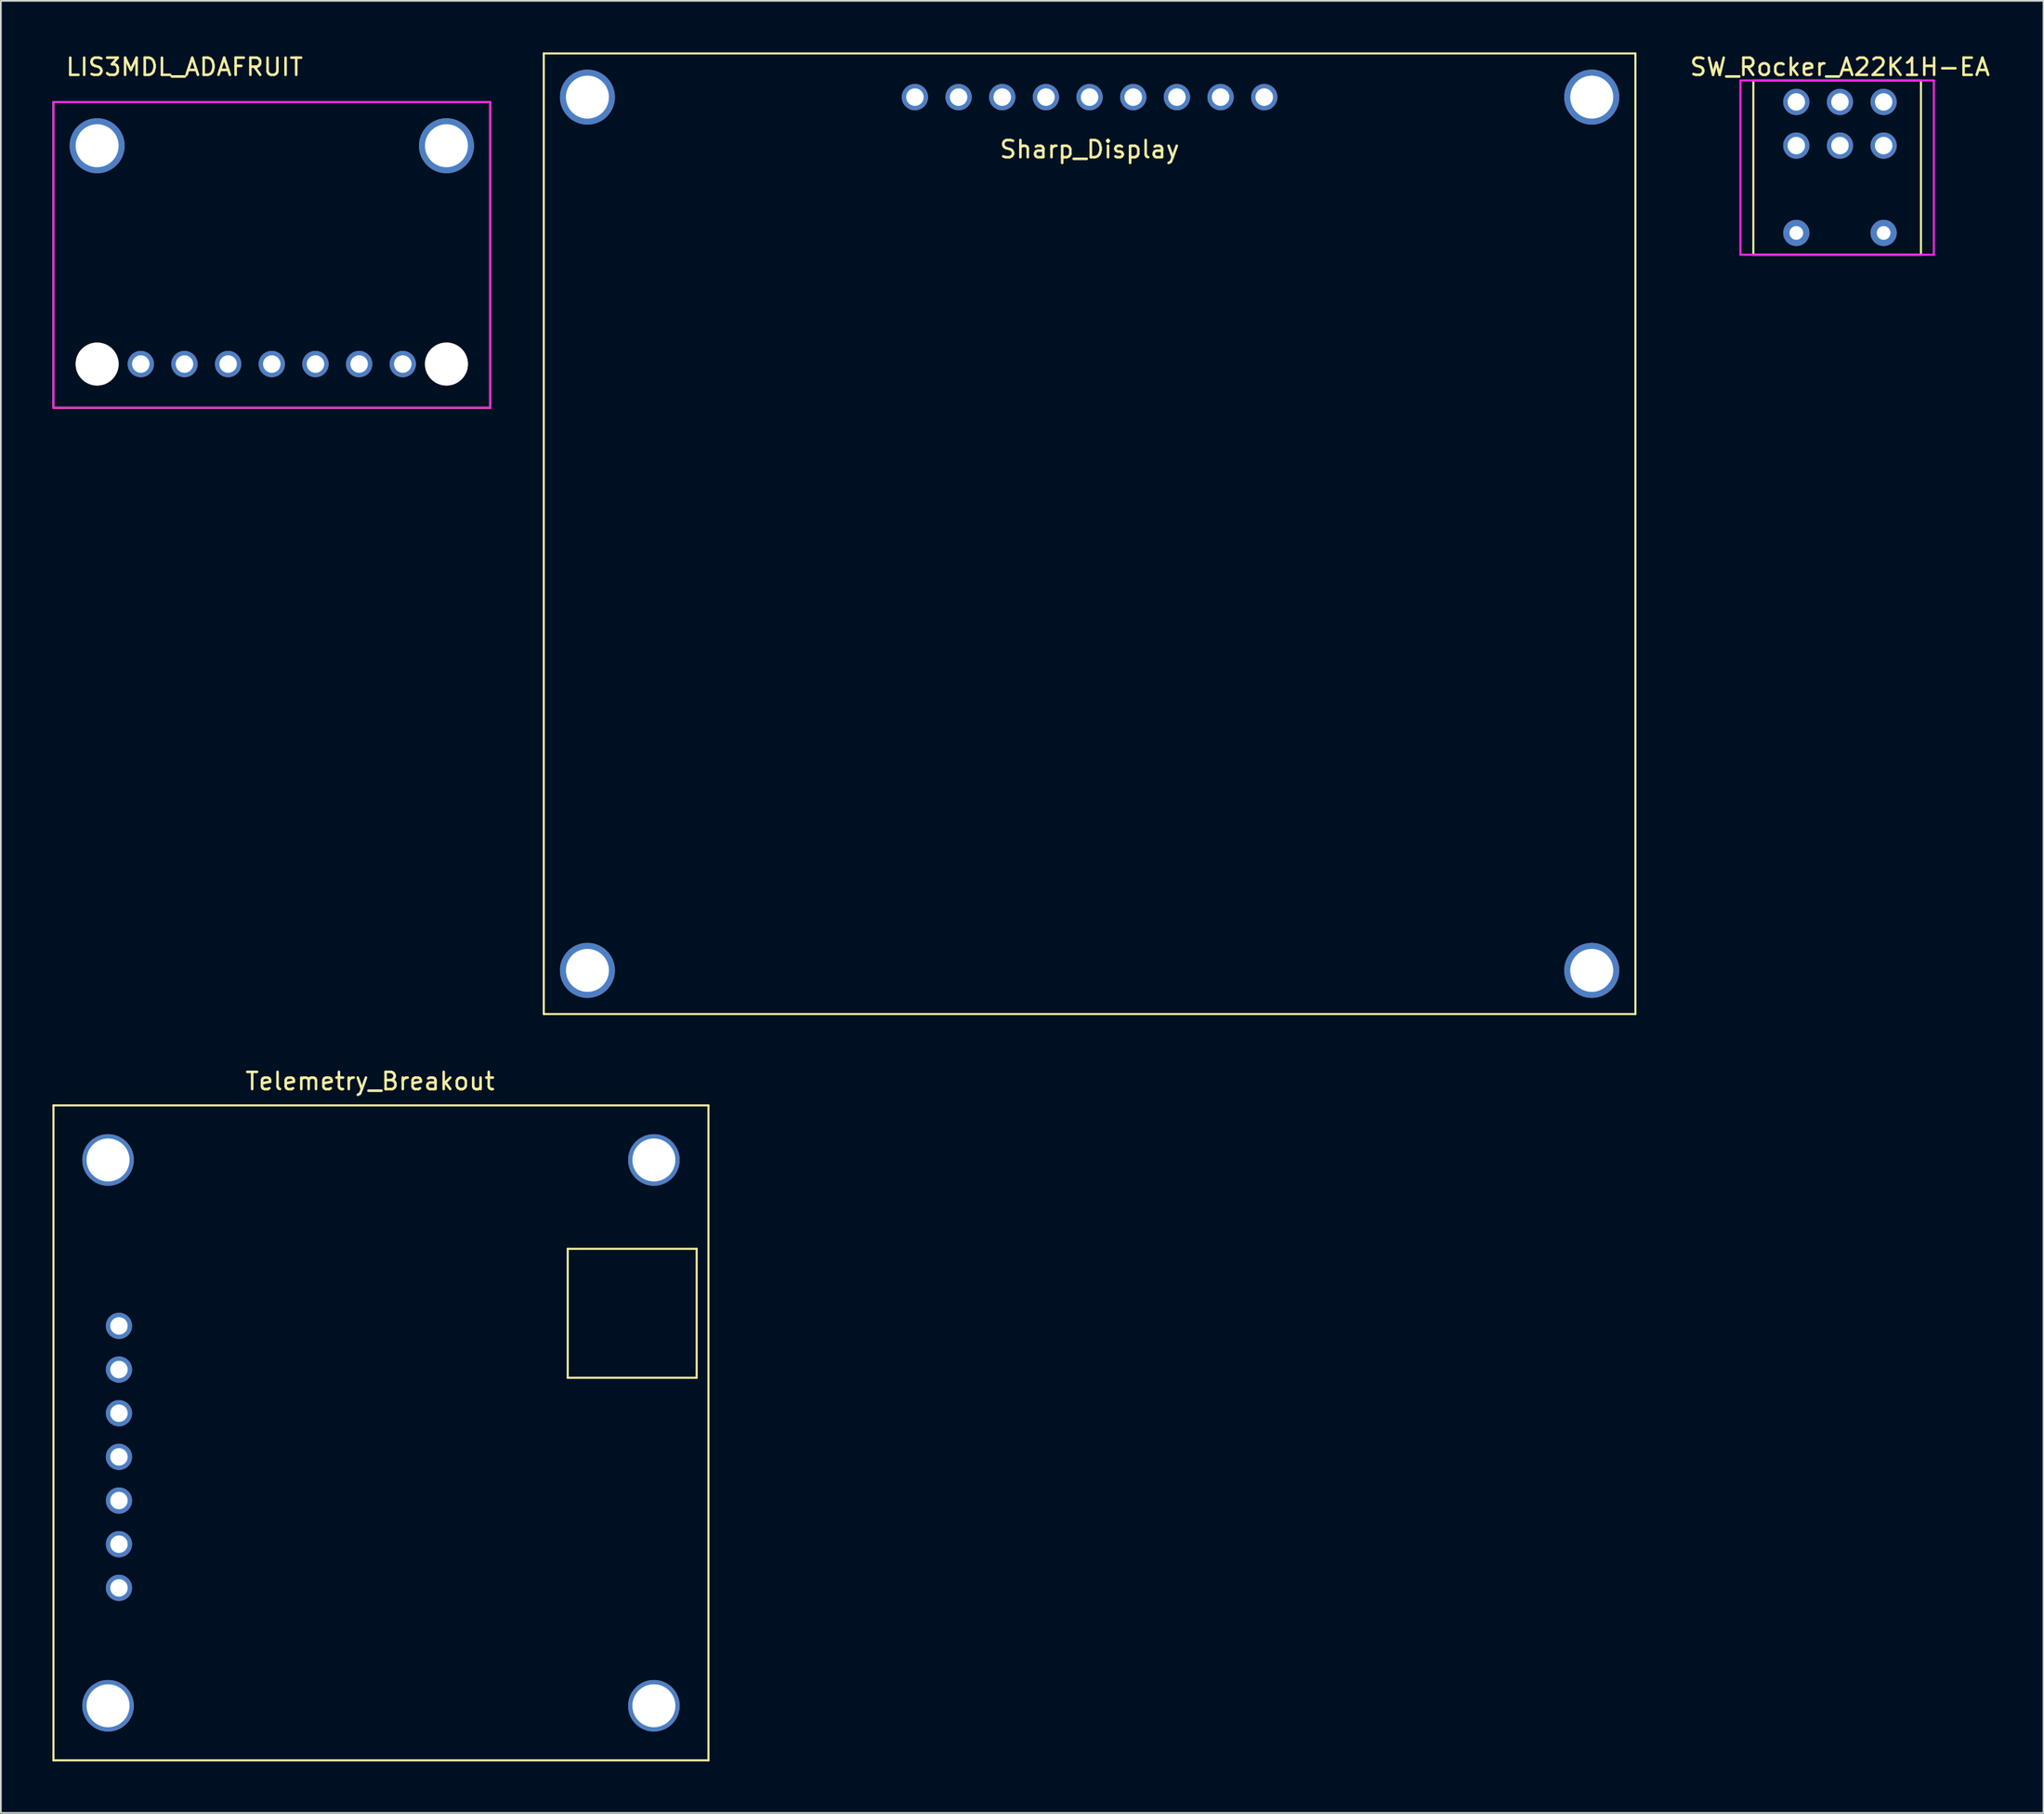
<source format=kicad_pcb>
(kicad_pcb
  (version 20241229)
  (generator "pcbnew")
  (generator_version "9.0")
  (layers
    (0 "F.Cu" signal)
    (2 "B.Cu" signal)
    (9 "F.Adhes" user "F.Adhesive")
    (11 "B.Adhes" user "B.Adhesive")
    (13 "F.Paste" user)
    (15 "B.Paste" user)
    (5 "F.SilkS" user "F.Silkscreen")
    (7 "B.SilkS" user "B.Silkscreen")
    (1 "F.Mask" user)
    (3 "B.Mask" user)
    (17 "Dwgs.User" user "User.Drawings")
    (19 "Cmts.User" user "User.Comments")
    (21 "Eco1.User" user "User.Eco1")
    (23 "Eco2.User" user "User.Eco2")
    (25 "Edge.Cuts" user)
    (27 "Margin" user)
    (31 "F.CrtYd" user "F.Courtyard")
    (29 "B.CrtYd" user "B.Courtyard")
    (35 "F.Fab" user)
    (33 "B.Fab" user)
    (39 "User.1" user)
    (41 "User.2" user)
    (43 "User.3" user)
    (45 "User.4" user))
  (footprint "LIS3MDL_ADAFRUIT"
    (layer "F.Cu")
    (at 7.68 0.348)
    (property "Reference" "LIS3MDL_ADAFRUIT" (at 0 0.5 0) (layer "F.SilkS") (effects (font (size 1 1) (thickness 0.15))))
    (attr through_hole)
    (fp_line (start -7.62 2.54) (end 17.78 2.54) (stroke (width 0.12) (type solid)) (layer "F.SilkS"))
    (fp_line (start -7.62 20.32) (end -7.62 2.54) (stroke (width 0.12) (type solid)) (layer "F.SilkS"))
    (fp_line (start 17.78 2.54) (end 17.78 20.32) (stroke (width 0.12) (type solid)) (layer "F.SilkS"))
    (fp_line (start 17.78 20.32) (end -7.62 20.32) (stroke (width 0.12) (type solid)) (layer "F.SilkS"))
    (fp_line (start -7.62 2.54) (end 17.78 2.54) (stroke (width 0.12) (type solid)) (layer "F.CrtYd"))
    (fp_line (start -7.62 20.32) (end -7.62 2.54) (stroke (width 0.12) (type solid)) (layer "F.CrtYd"))
    (fp_line (start 17.78 2.54) (end 17.78 20.32) (stroke (width 0.12) (type solid)) (layer "F.CrtYd"))
    (fp_line (start 17.78 20.32) (end -7.62 20.32) (stroke (width 0.12) (type solid)) (layer "F.CrtYd"))
    (pad "" thru_hole circle (at -5.08 5.08) (size 3.2 3.2) (drill 2.5) (layers "*.Cu" "*.Mask"))
    (pad "" thru_hole circle (at -5.08 17.78) (size 2.5 2.5) (drill 2.5) (layers "*.Cu" "*.Mask"))
    (pad "" thru_hole circle (at 15.24 5.08) (size 3.2 3.2) (drill 2.5) (layers "*.Cu" "*.Mask"))
    (pad "" thru_hole circle (at 15.24 17.78) (size 2.5 2.5) (drill 2.5) (layers "*.Cu" "*.Mask"))
    (pad "1" thru_hole circle (at -2.54 17.78) (size 1.53 1.53) (drill 1.02) (layers "*.Cu" "*.Mask"))
    (pad "2" thru_hole circle (at 0 17.78) (size 1.53 1.53) (drill 1.02) (layers "*.Cu" "*.Mask"))
    (pad "3" thru_hole circle (at 2.54 17.78) (size 1.53 1.53) (drill 1.02) (layers "*.Cu" "*.Mask"))
    (pad "4" thru_hole circle (at 5.08 17.78) (size 1.53 1.53) (drill 1.02) (layers "*.Cu" "*.Mask"))
    (pad "5" thru_hole circle (at 7.62 17.78) (size 1.53 1.53) (drill 1.02) (layers "*.Cu" "*.Mask"))
    (pad "6" thru_hole circle (at 10.16 17.78) (size 1.53 1.53) (drill 1.02) (layers "*.Cu" "*.Mask"))
    (pad "7" thru_hole circle (at 12.7 17.78) (size 1.53 1.53) (drill 1.02) (layers "*.Cu" "*.Mask")))
  (footprint "Sharp_Display"
    (layer "F.Cu")
    (at 70.49 2.6)
    (property "Reference" "Sharp_Display" (at -10.16 3.04 0) (layer "F.SilkS") (effects (font (size 1 1) (thickness 0.15))))
    (attr through_hole)
    (fp_line (start -41.91 -2.54) (end 21.59 -2.54) (stroke (width 0.12) (type solid)) (layer "F.SilkS"))
    (fp_line (start -41.91 53.34) (end -41.91 -2.54) (stroke (width 0.12) (type solid)) (layer "F.SilkS"))
    (fp_line (start 21.59 -2.54) (end 21.59 53.34) (stroke (width 0.12) (type solid)) (layer "F.SilkS"))
    (fp_line (start 21.59 53.34) (end -41.91 53.34) (stroke (width 0.12) (type solid)) (layer "F.SilkS"))
    (pad "" thru_hole circle (at -39.37 0) (size 3.2 3.2) (drill 2.5) (layers "*.Cu" "*.Mask"))
    (pad "" thru_hole circle (at -39.37 50.8) (size 3.2 3.2) (drill 2.5) (layers "*.Cu" "*.Mask"))
    (pad "" thru_hole circle (at 19.05 0) (size 3.2 3.2) (drill 2.5) (layers "*.Cu" "*.Mask"))
    (pad "" thru_hole circle (at 19.05 50.8) (size 3.2 3.2) (drill 2.5) (layers "*.Cu" "*.Mask"))
    (pad "1" thru_hole circle (at 0 0) (size 1.53 1.53) (drill 1.02) (layers "*.Cu" "*.Mask"))
    (pad "2" thru_hole circle (at -2.54 0) (size 1.53 1.53) (drill 1.02) (layers "*.Cu" "*.Mask"))
    (pad "3" thru_hole circle (at -5.08 0) (size 1.53 1.53) (drill 1.02) (layers "*.Cu" "*.Mask"))
    (pad "4" thru_hole circle (at -7.62 0) (size 1.53 1.53) (drill 1.02) (layers "*.Cu" "*.Mask"))
    (pad "5" thru_hole circle (at -10.16 0) (size 1.53 1.53) (drill 1.02) (layers "*.Cu" "*.Mask"))
    (pad "6" thru_hole circle (at -12.7 0) (size 1.53 1.53) (drill 1.02) (layers "*.Cu" "*.Mask"))
    (pad "7" thru_hole circle (at -15.24 0) (size 1.53 1.53) (drill 1.02) (layers "*.Cu" "*.Mask"))
    (pad "8" thru_hole circle (at -17.78 0) (size 1.53 1.53) (drill 1.02) (layers "*.Cu" "*.Mask"))
    (pad "9" thru_hole circle (at -20.32 0) (size 1.53 1.53) (drill 1.02) (layers "*.Cu" "*.Mask")))
  (footprint "Telemetry_Breakout"
    (layer "F.Cu")
    (at 18.475 59.348)
    (property "Reference" "Telemetry_Breakout" (at 0 0.5 0) (layer "F.SilkS") (effects (font (size 1 1) (thickness 0.15))))
    (attr through_hole)
    (fp_line (start -18.415 1.905) (end 19.685 1.905) (stroke (width 0.12) (type solid)) (layer "F.SilkS"))
    (fp_line (start -18.415 40.005) (end -18.415 1.905) (stroke (width 0.12) (type solid)) (layer "F.SilkS"))
    (fp_line (start 11.5 10.25) (end 19 10.25) (stroke (width 0.12) (type solid)) (layer "F.SilkS"))
    (fp_line (start 11.5 17.75) (end 11.5 10.25) (stroke (width 0.12) (type solid)) (layer "F.SilkS"))
    (fp_line (start 19 10.25) (end 19 17.75) (stroke (width 0.12) (type solid)) (layer "F.SilkS"))
    (fp_line (start 19 17.75) (end 11.5 17.75) (stroke (width 0.12) (type solid)) (layer "F.SilkS"))
    (fp_line (start 19.685 1.905) (end 19.685 40.005) (stroke (width 0.12) (type solid)) (layer "F.SilkS"))
    (fp_line (start 19.685 40.005) (end -18.415 40.005) (stroke (width 0.12) (type solid)) (layer "F.SilkS"))
    (pad "" thru_hole circle (at -15.24 5.08) (size 3 3) (drill 2.5) (layers "*.Cu" "*.Mask"))
    (pad "" thru_hole circle (at -15.24 36.83) (size 3 3) (drill 2.5) (layers "*.Cu" "*.Mask"))
    (pad "" thru_hole circle (at 16.51 5.08) (size 3 3) (drill 2.5) (layers "*.Cu" "*.Mask"))
    (pad "" thru_hole circle (at 16.51 36.83) (size 3 3) (drill 2.5) (layers "*.Cu" "*.Mask"))
    (pad "1" thru_hole circle (at -14.605 14.732) (size 1.524 1.524) (drill 1.016) (layers "*.Cu" "*.Mask"))
    (pad "2" thru_hole circle (at -14.605 17.272) (size 1.524 1.524) (drill 1.016) (layers "*.Cu" "*.Mask"))
    (pad "3" thru_hole circle (at -14.605 19.812) (size 1.524 1.524) (drill 1.016) (layers "*.Cu" "*.Mask"))
    (pad "4" thru_hole circle (at -14.605 22.352) (size 1.524 1.524) (drill 1.016) (layers "*.Cu" "*.Mask"))
    (pad "5" thru_hole circle (at -14.605 24.892) (size 1.524 1.524) (drill 1.016) (layers "*.Cu" "*.Mask"))
    (pad "6" thru_hole circle (at -14.605 27.432) (size 1.524 1.524) (drill 1.016) (layers "*.Cu" "*.Mask"))
    (pad "7" thru_hole circle (at -14.605 29.972) (size 1.524 1.524) (drill 1.016) (layers "*.Cu" "*.Mask")))
  (footprint "SW_Rocker_A22K1H-EA"
    (layer "F.Cu")
    (at 101.439 2.88)
    (property "Reference" "SW_Rocker_A22K1H-EA" (at 2.54 -2.032 0) (layer "F.SilkS") (effects (font (size 1 1) (thickness 0.15))))
    (attr through_hole)
    (fp_line (start -2.5 8.89) (end -2.5 -1.25) (stroke (width 0.12) (type solid)) (layer "F.SilkS"))
    (fp_line (start 7.25 -1.25) (end -2.5 -1.25) (stroke (width 0.12) (type solid)) (layer "F.SilkS"))
    (fp_line (start 7.25 -1.25) (end 7.25 8.89) (stroke (width 0.12) (type solid)) (layer "F.SilkS"))
    (fp_line (start 7.25 8.89) (end -2.5 8.89) (stroke (width 0.12) (type solid)) (layer "F.SilkS"))
    (fp_line (start -3.25 -1.25) (end 8 -1.25) (stroke (width 0.12) (type solid)) (layer "F.CrtYd"))
    (fp_line (start -3.25 8.89) (end -3.25 -1.25) (stroke (width 0.12) (type solid)) (layer "F.CrtYd"))
    (fp_line (start 8 -1.25) (end 8 8.89) (stroke (width 0.12) (type solid)) (layer "F.CrtYd"))
    (fp_line (start 8 8.89) (end -3.25 8.89) (stroke (width 0.12) (type solid)) (layer "F.CrtYd"))
    (pad "" thru_hole circle (at 0 7.62) (size 1.524 1.524) (drill 0.8) (layers "*.Cu" "*.Mask"))
    (pad "" thru_hole circle (at 5.08 7.62) (size 1.524 1.524) (drill 0.8) (layers "*.Cu" "*.Mask"))
    (pad "1" thru_hole circle (at 0 0) (size 1.524 1.524) (drill 1.016) (layers "*.Cu" "*.Mask"))
    (pad "2" thru_hole circle (at 2.54 0) (size 1.524 1.524) (drill 1.016) (layers "*.Cu" "*.Mask"))
    (pad "3" thru_hole circle (at 5.08 0) (size 1.524 1.524) (drill 1.016) (layers "*.Cu" "*.Mask"))
    (pad "4" thru_hole circle (at 0 2.54) (size 1.524 1.524) (drill 1.016) (layers "*.Cu" "*.Mask"))
    (pad "5" thru_hole circle (at 2.54 2.54) (size 1.524 1.524) (drill 1.016) (layers "*.Cu" "*.Mask"))
    (pad "6" thru_hole circle (at 5.08 2.54) (size 1.524 1.524) (drill 1.016) (layers "*.Cu" "*.Mask")))
  (gr_rect
    (start -3 -3)
    (end 115.819 102.413)
    (stroke (width 0.1) (type default))
    (fill no)
    (layer "Edge.Cuts")))
</source>
